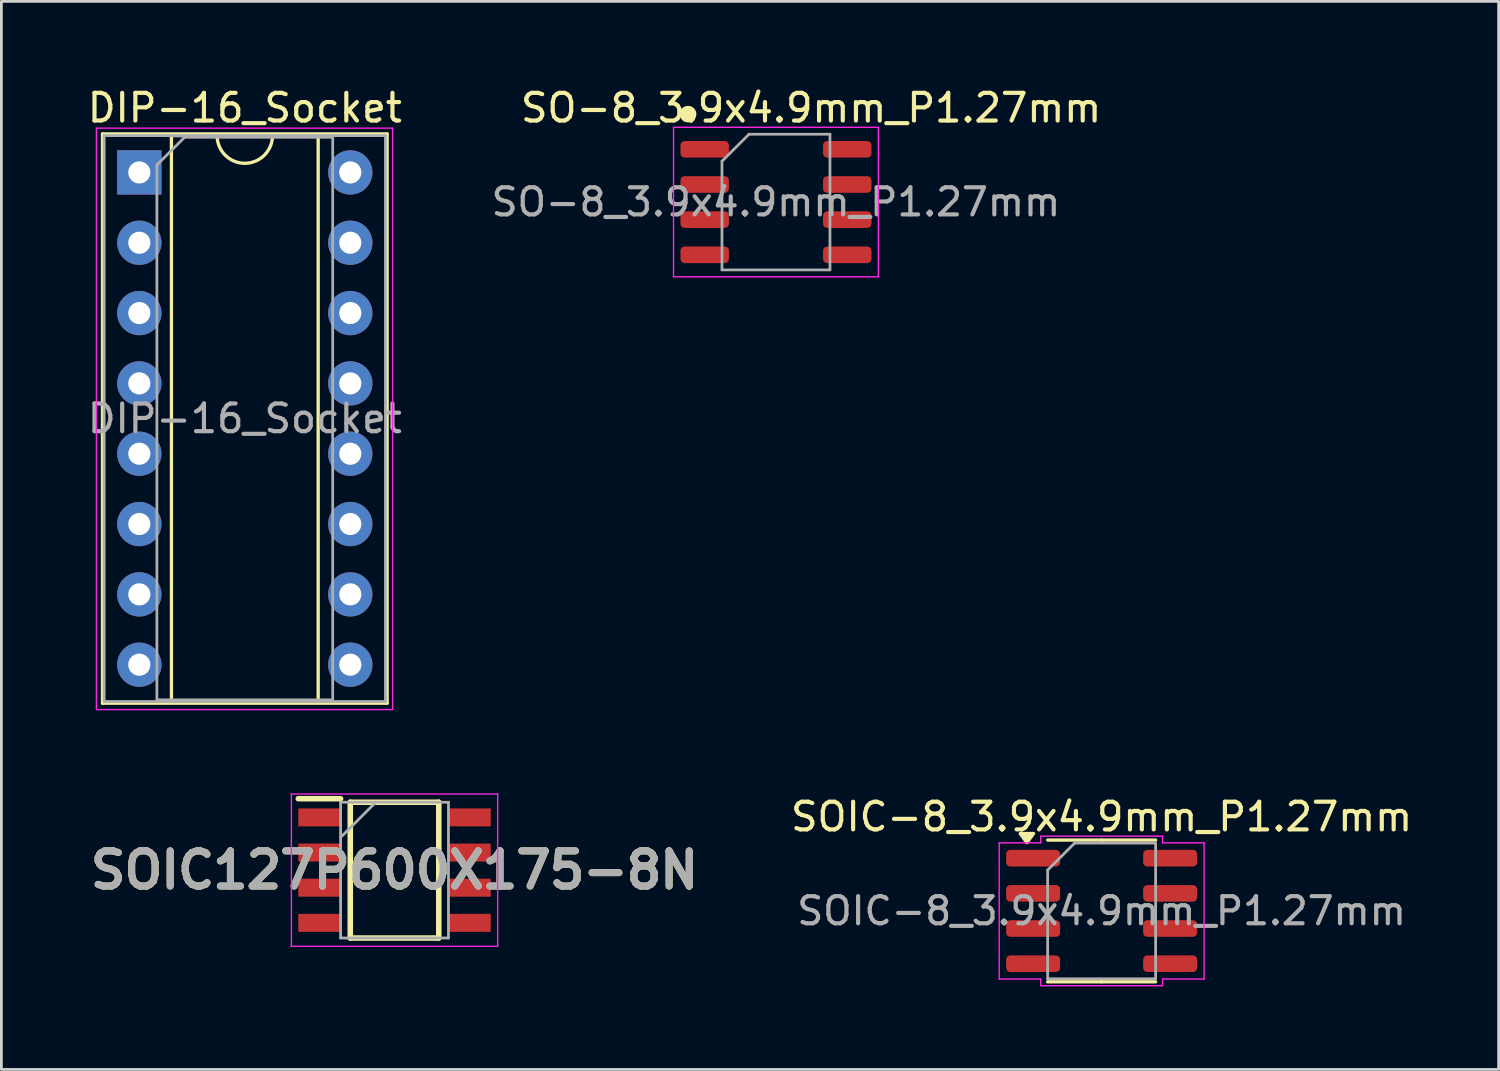
<source format=kicad_pcb>
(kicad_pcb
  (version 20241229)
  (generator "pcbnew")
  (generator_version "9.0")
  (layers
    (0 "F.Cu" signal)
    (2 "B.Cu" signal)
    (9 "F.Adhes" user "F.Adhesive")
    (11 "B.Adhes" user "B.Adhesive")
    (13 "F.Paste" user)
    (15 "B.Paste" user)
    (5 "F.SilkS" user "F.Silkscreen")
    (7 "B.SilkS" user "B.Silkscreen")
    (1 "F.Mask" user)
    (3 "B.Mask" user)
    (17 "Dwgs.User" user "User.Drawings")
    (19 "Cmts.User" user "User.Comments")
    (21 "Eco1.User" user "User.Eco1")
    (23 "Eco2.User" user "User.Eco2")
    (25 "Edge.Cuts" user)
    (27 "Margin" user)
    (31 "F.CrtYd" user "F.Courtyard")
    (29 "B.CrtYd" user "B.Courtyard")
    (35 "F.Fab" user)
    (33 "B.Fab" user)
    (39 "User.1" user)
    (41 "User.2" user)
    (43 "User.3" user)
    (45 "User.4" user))
  (footprint "SOIC-8_3.9x4.9mm_P1.27mm"
    (layer "F.Cu")
    (at 36.74 29.852)
    (property "Reference" "SOIC-8_3.9x4.9mm_P1.27mm" (at 0 -3.4 0) (layer "F.SilkS") (effects (font (size 1 1) (thickness 0.15))))
    (attr smd)
    (fp_line (start 0 -2.56) (end -1.95 -2.56) (stroke (width 0.12) (type solid)) (layer "F.SilkS"))
    (fp_line (start 0 -2.56) (end 1.95 -2.56) (stroke (width 0.12) (type solid)) (layer "F.SilkS"))
    (fp_line (start 0 2.56) (end -1.95 2.56) (stroke (width 0.12) (type solid)) (layer "F.SilkS"))
    (fp_line (start 0 2.56) (end 1.95 2.56) (stroke (width 0.12) (type solid)) (layer "F.SilkS"))
    (fp_poly (pts (xy -2.7 -2.465) (xy -2.94 -2.795) (xy -2.46 -2.795)) (stroke (width 0.12) (type solid)) (fill yes) (layer "F.SilkS"))
    (fp_line (start -3.7 -2.46) (end -2.2 -2.46) (stroke (width 0.05) (type solid)) (layer "F.CrtYd"))
    (fp_line (start -3.7 2.46) (end -3.7 -2.46) (stroke (width 0.05) (type solid)) (layer "F.CrtYd"))
    (fp_line (start -2.2 -2.7) (end 2.2 -2.7) (stroke (width 0.05) (type solid)) (layer "F.CrtYd"))
    (fp_line (start -2.2 -2.46) (end -2.2 -2.7) (stroke (width 0.05) (type solid)) (layer "F.CrtYd"))
    (fp_line (start -2.2 2.46) (end -3.7 2.46) (stroke (width 0.05) (type solid)) (layer "F.CrtYd"))
    (fp_line (start -2.2 2.7) (end -2.2 2.46) (stroke (width 0.05) (type solid)) (layer "F.CrtYd"))
    (fp_line (start 2.2 -2.7) (end 2.2 -2.46) (stroke (width 0.05) (type solid)) (layer "F.CrtYd"))
    (fp_line (start 2.2 -2.46) (end 3.7 -2.46) (stroke (width 0.05) (type solid)) (layer "F.CrtYd"))
    (fp_line (start 2.2 2.46) (end 2.2 2.7) (stroke (width 0.05) (type solid)) (layer "F.CrtYd"))
    (fp_line (start 2.2 2.7) (end -2.2 2.7) (stroke (width 0.05) (type solid)) (layer "F.CrtYd"))
    (fp_line (start 3.7 -2.46) (end 3.7 2.46) (stroke (width 0.05) (type solid)) (layer "F.CrtYd"))
    (fp_line (start 3.7 2.46) (end 2.2 2.46) (stroke (width 0.05) (type solid)) (layer "F.CrtYd"))
    (fp_line (start -1.95 -1.475) (end -0.975 -2.45) (stroke (width 0.1) (type solid)) (layer "F.Fab"))
    (fp_line (start -1.95 2.45) (end -1.95 -1.475) (stroke (width 0.1) (type solid)) (layer "F.Fab"))
    (fp_line (start -0.975 -2.45) (end 1.95 -2.45) (stroke (width 0.1) (type solid)) (layer "F.Fab"))
    (fp_line (start 1.95 -2.45) (end 1.95 2.45) (stroke (width 0.1) (type solid)) (layer "F.Fab"))
    (fp_line (start 1.95 2.45) (end -1.95 2.45) (stroke (width 0.1) (type solid)) (layer "F.Fab"))
    (fp_text user "${REFERENCE}" (at 0 0 0) (layer "F.Fab") (effects (font (size 0.98 0.98) (thickness 0.15))))
    (pad "1" smd roundrect (at -2.475 -1.905) (size 1.95 0.6) (layers "F.Cu" "F.Mask" "F.Paste") (roundrect_rratio 0.25))
    (pad "2" smd roundrect (at -2.475 -0.635) (size 1.95 0.6) (layers "F.Cu" "F.Mask" "F.Paste") (roundrect_rratio 0.25))
    (pad "3" smd roundrect (at -2.475 0.635) (size 1.95 0.6) (layers "F.Cu" "F.Mask" "F.Paste") (roundrect_rratio 0.25))
    (pad "4" smd roundrect (at -2.475 1.905) (size 1.95 0.6) (layers "F.Cu" "F.Mask" "F.Paste") (roundrect_rratio 0.25))
    (pad "5" smd roundrect (at 2.475 1.905) (size 1.95 0.6) (layers "F.Cu" "F.Mask" "F.Paste") (roundrect_rratio 0.25))
    (pad "6" smd roundrect (at 2.475 0.635) (size 1.95 0.6) (layers "F.Cu" "F.Mask" "F.Paste") (roundrect_rratio 0.25))
    (pad "7" smd roundrect (at 2.475 -0.635) (size 1.95 0.6) (layers "F.Cu" "F.Mask" "F.Paste") (roundrect_rratio 0.25))
    (pad "8" smd roundrect (at 2.475 -1.905) (size 1.95 0.6) (layers "F.Cu" "F.Mask" "F.Paste") (roundrect_rratio 0.25)))
  (footprint "SOIC127P600X175-8N"
    (layer "F.Cu")
    (at 11.2 28.378)
    (property "Reference" "SOIC127P600X175-8N" (at 0 0 0) (layer "F.SilkS") (effects (font (size 1.27 1.27) (thickness 0.254))))
    (attr smd)
    (fp_line (start -3.475 -2.58) (end -1.948 -2.58) (stroke (width 0.2) (type solid)) (layer "F.SilkS"))
    (fp_line (start -1.598 -2.452) (end 1.598 -2.452) (stroke (width 0.2) (type solid)) (layer "F.SilkS"))
    (fp_line (start -1.598 2.452) (end -1.598 -2.452) (stroke (width 0.2) (type solid)) (layer "F.SilkS"))
    (fp_line (start 1.598 -2.452) (end 1.598 2.452) (stroke (width 0.2) (type solid)) (layer "F.SilkS"))
    (fp_line (start 1.598 2.452) (end -1.598 2.452) (stroke (width 0.2) (type solid)) (layer "F.SilkS"))
    (fp_line (start -3.725 -2.75) (end 3.725 -2.75) (stroke (width 0.05) (type solid)) (layer "F.CrtYd"))
    (fp_line (start -3.725 2.75) (end -3.725 -2.75) (stroke (width 0.05) (type solid)) (layer "F.CrtYd"))
    (fp_line (start 3.725 -2.75) (end 3.725 2.75) (stroke (width 0.05) (type solid)) (layer "F.CrtYd"))
    (fp_line (start 3.725 2.75) (end -3.725 2.75) (stroke (width 0.05) (type solid)) (layer "F.CrtYd"))
    (fp_line (start -1.948 -2.452) (end 1.948 -2.452) (stroke (width 0.1) (type solid)) (layer "F.Fab"))
    (fp_line (start -1.948 -1.182) (end -0.678 -2.452) (stroke (width 0.1) (type solid)) (layer "F.Fab"))
    (fp_line (start -1.948 2.452) (end -1.948 -2.452) (stroke (width 0.1) (type solid)) (layer "F.Fab"))
    (fp_line (start 1.948 -2.452) (end 1.948 2.452) (stroke (width 0.1) (type solid)) (layer "F.Fab"))
    (fp_line (start 1.948 2.452) (end -1.948 2.452) (stroke (width 0.1) (type solid)) (layer "F.Fab"))
    (fp_text user "${REFERENCE}" (at 0 0 0) (layer "F.Fab") (effects (font (size 1.27 1.27) (thickness 0.254))))
    (pad "1" smd rect (at -2.711 -1.905 90) (size 0.65 1.528) (layers "F.Cu" "F.Mask" "F.Paste"))
    (pad "2" smd rect (at -2.711 -0.635 90) (size 0.65 1.528) (layers "F.Cu" "F.Mask" "F.Paste"))
    (pad "3" smd rect (at -2.711 0.635 90) (size 0.65 1.528) (layers "F.Cu" "F.Mask" "F.Paste"))
    (pad "4" smd rect (at -2.711 1.905 90) (size 0.65 1.528) (layers "F.Cu" "F.Mask" "F.Paste"))
    (pad "5" smd rect (at 2.711 1.905 90) (size 0.65 1.528) (layers "F.Cu" "F.Mask" "F.Paste"))
    (pad "6" smd rect (at 2.711 0.635 90) (size 0.65 1.528) (layers "F.Cu" "F.Mask" "F.Paste"))
    (pad "7" smd rect (at 2.711 -0.635 90) (size 0.65 1.528) (layers "F.Cu" "F.Mask" "F.Paste"))
    (pad "8" smd rect (at 2.711 -1.905 90) (size 0.65 1.528) (layers "F.Cu" "F.Mask" "F.Paste")))
  (footprint "DIP-16_Socket"
    (layer "F.Cu")
    (at 1.982 3.178)
    (property "Reference" "DIP-16_Socket" (at 3.81 -2.33 0) (layer "F.SilkS") (effects (font (size 1 1) (thickness 0.15))))
    (attr through_hole)
    (fp_line (start -1.33 -1.39) (end -1.33 19.17) (stroke (width 0.12) (type solid)) (layer "F.SilkS"))
    (fp_line (start -1.33 19.17) (end 8.95 19.17) (stroke (width 0.12) (type solid)) (layer "F.SilkS"))
    (fp_line (start 1.16 -1.33) (end 1.16 19.11) (stroke (width 0.12) (type solid)) (layer "F.SilkS"))
    (fp_line (start 1.16 19.11) (end 6.46 19.11) (stroke (width 0.12) (type solid)) (layer "F.SilkS"))
    (fp_line (start 2.81 -1.33) (end 1.16 -1.33) (stroke (width 0.12) (type solid)) (layer "F.SilkS"))
    (fp_line (start 6.46 -1.33) (end 4.81 -1.33) (stroke (width 0.12) (type solid)) (layer "F.SilkS"))
    (fp_line (start 6.46 19.11) (end 6.46 -1.33) (stroke (width 0.12) (type solid)) (layer "F.SilkS"))
    (fp_line (start 8.95 -1.39) (end -1.33 -1.39) (stroke (width 0.12) (type solid)) (layer "F.SilkS"))
    (fp_line (start 8.95 19.17) (end 8.95 -1.39) (stroke (width 0.12) (type solid)) (layer "F.SilkS"))
    (fp_arc (start 4.81 -1.33) (mid 3.81 -0.33) (end 2.81 -1.33) (stroke (width 0.12) (type solid)) (layer "F.SilkS"))
    (fp_line (start -1.55 -1.6) (end -1.55 19.4) (stroke (width 0.05) (type solid)) (layer "F.CrtYd"))
    (fp_line (start -1.55 19.4) (end 9.15 19.4) (stroke (width 0.05) (type solid)) (layer "F.CrtYd"))
    (fp_line (start 9.15 -1.6) (end -1.55 -1.6) (stroke (width 0.05) (type solid)) (layer "F.CrtYd"))
    (fp_line (start 9.15 19.4) (end 9.15 -1.6) (stroke (width 0.05) (type solid)) (layer "F.CrtYd"))
    (fp_line (start -1.27 -1.33) (end -1.27 19.11) (stroke (width 0.1) (type solid)) (layer "F.Fab"))
    (fp_line (start -1.27 19.11) (end 8.89 19.11) (stroke (width 0.1) (type solid)) (layer "F.Fab"))
    (fp_line (start 0.635 -0.27) (end 1.635 -1.27) (stroke (width 0.1) (type solid)) (layer "F.Fab"))
    (fp_line (start 0.635 19.05) (end 0.635 -0.27) (stroke (width 0.1) (type solid)) (layer "F.Fab"))
    (fp_line (start 1.635 -1.27) (end 6.985 -1.27) (stroke (width 0.1) (type solid)) (layer "F.Fab"))
    (fp_line (start 6.985 -1.27) (end 6.985 19.05) (stroke (width 0.1) (type solid)) (layer "F.Fab"))
    (fp_line (start 6.985 19.05) (end 0.635 19.05) (stroke (width 0.1) (type solid)) (layer "F.Fab"))
    (fp_line (start 8.89 -1.33) (end -1.27 -1.33) (stroke (width 0.1) (type solid)) (layer "F.Fab"))
    (fp_line (start 8.89 19.11) (end 8.89 -1.33) (stroke (width 0.1) (type solid)) (layer "F.Fab"))
    (fp_text user "${REFERENCE}" (at 3.81 8.89 0) (layer "F.Fab") (effects (font (size 1 1) (thickness 0.15))))
    (pad "1" thru_hole rect (at 0 0) (size 1.6 1.6) (drill 0.8) (layers "*.Cu" "*.Mask"))
    (pad "2" thru_hole oval (at 0 2.54) (size 1.6 1.6) (drill 0.8) (layers "*.Cu" "*.Mask"))
    (pad "3" thru_hole oval (at 0 5.08) (size 1.6 1.6) (drill 0.8) (layers "*.Cu" "*.Mask"))
    (pad "4" thru_hole oval (at 0 7.62) (size 1.6 1.6) (drill 0.8) (layers "*.Cu" "*.Mask"))
    (pad "5" thru_hole oval (at 0 10.16) (size 1.6 1.6) (drill 0.8) (layers "*.Cu" "*.Mask"))
    (pad "6" thru_hole oval (at 0 12.7) (size 1.6 1.6) (drill 0.8) (layers "*.Cu" "*.Mask"))
    (pad "7" thru_hole oval (at 0 15.24) (size 1.6 1.6) (drill 0.8) (layers "*.Cu" "*.Mask"))
    (pad "8" thru_hole oval (at 0 17.78) (size 1.6 1.6) (drill 0.8) (layers "*.Cu" "*.Mask"))
    (pad "9" thru_hole oval (at 7.62 17.78) (size 1.6 1.6) (drill 0.8) (layers "*.Cu" "*.Mask"))
    (pad "10" thru_hole oval (at 7.62 15.24) (size 1.6 1.6) (drill 0.8) (layers "*.Cu" "*.Mask"))
    (pad "11" thru_hole oval (at 7.62 12.7) (size 1.6 1.6) (drill 0.8) (layers "*.Cu" "*.Mask"))
    (pad "12" thru_hole oval (at 7.62 10.16) (size 1.6 1.6) (drill 0.8) (layers "*.Cu" "*.Mask"))
    (pad "13" thru_hole oval (at 7.62 7.62) (size 1.6 1.6) (drill 0.8) (layers "*.Cu" "*.Mask"))
    (pad "14" thru_hole oval (at 7.62 5.08) (size 1.6 1.6) (drill 0.8) (layers "*.Cu" "*.Mask"))
    (pad "15" thru_hole oval (at 7.62 2.54) (size 1.6 1.6) (drill 0.8) (layers "*.Cu" "*.Mask"))
    (pad "16" thru_hole oval (at 7.62 0) (size 1.6 1.6) (drill 0.8) (layers "*.Cu" "*.Mask")))
  (footprint "SO-8_3.9x4.9mm_P1.27mm"
    (layer "F.Cu")
    (at 24.977 4.248)
    (property "Reference" "SO-8_3.9x4.9mm_P1.27mm" (at 1.27 -3.4 0) (layer "F.SilkS") (effects (font (size 1 1) (thickness 0.15))))
    (attr smd)
    (fp_circle (center -3.175 -3.175) (end -3.025 -3.175) (stroke (width 0.3) (type solid)) (fill no) (layer "F.SilkS"))
    (fp_line (start -3.7 -2.7) (end -3.7 2.7) (stroke (width 0.05) (type solid)) (layer "F.CrtYd"))
    (fp_line (start -3.7 2.7) (end 3.7 2.7) (stroke (width 0.05) (type solid)) (layer "F.CrtYd"))
    (fp_line (start 3.7 -2.7) (end -3.7 -2.7) (stroke (width 0.05) (type solid)) (layer "F.CrtYd"))
    (fp_line (start 3.7 2.7) (end 3.7 -2.7) (stroke (width 0.05) (type solid)) (layer "F.CrtYd"))
    (fp_line (start -1.95 -1.475) (end -0.975 -2.45) (stroke (width 0.1) (type solid)) (layer "F.Fab"))
    (fp_line (start -1.95 2.45) (end -1.95 -1.475) (stroke (width 0.1) (type solid)) (layer "F.Fab"))
    (fp_line (start -0.975 -2.45) (end 1.95 -2.45) (stroke (width 0.1) (type solid)) (layer "F.Fab"))
    (fp_line (start 1.95 -2.45) (end 1.95 2.45) (stroke (width 0.1) (type solid)) (layer "F.Fab"))
    (fp_line (start 1.95 2.45) (end -1.95 2.45) (stroke (width 0.1) (type solid)) (layer "F.Fab"))
    (fp_text user "${REFERENCE}" (at 0 0 0) (layer "F.Fab") (effects (font (size 0.98 0.98) (thickness 0.15))))
    (pad "1" smd roundrect (at -2.575 -1.905) (size 1.75 0.6) (layers "F.Cu" "F.Mask" "F.Paste") (roundrect_rratio 0.25))
    (pad "2" smd roundrect (at -2.575 -0.635) (size 1.75 0.6) (layers "F.Cu" "F.Mask" "F.Paste") (roundrect_rratio 0.25))
    (pad "3" smd roundrect (at -2.575 0.635) (size 1.75 0.6) (layers "F.Cu" "F.Mask" "F.Paste") (roundrect_rratio 0.25))
    (pad "4" smd roundrect (at -2.575 1.905) (size 1.75 0.6) (layers "F.Cu" "F.Mask" "F.Paste") (roundrect_rratio 0.25))
    (pad "5" smd roundrect (at 2.575 1.905) (size 1.75 0.6) (layers "F.Cu" "F.Mask" "F.Paste") (roundrect_rratio 0.25))
    (pad "6" smd roundrect (at 2.575 0.635) (size 1.75 0.6) (layers "F.Cu" "F.Mask" "F.Paste") (roundrect_rratio 0.25))
    (pad "7" smd roundrect (at 2.575 -0.635) (size 1.75 0.6) (layers "F.Cu" "F.Mask" "F.Paste") (roundrect_rratio 0.25))
    (pad "8" smd roundrect (at 2.575 -1.905) (size 1.75 0.6) (layers "F.Cu" "F.Mask" "F.Paste") (roundrect_rratio 0.25)))
  (gr_rect
    (start -3 -3)
    (end 51.079 35.577)
    (stroke (width 0.1) (type default))
    (fill no)
    (layer "Edge.Cuts")))
</source>
